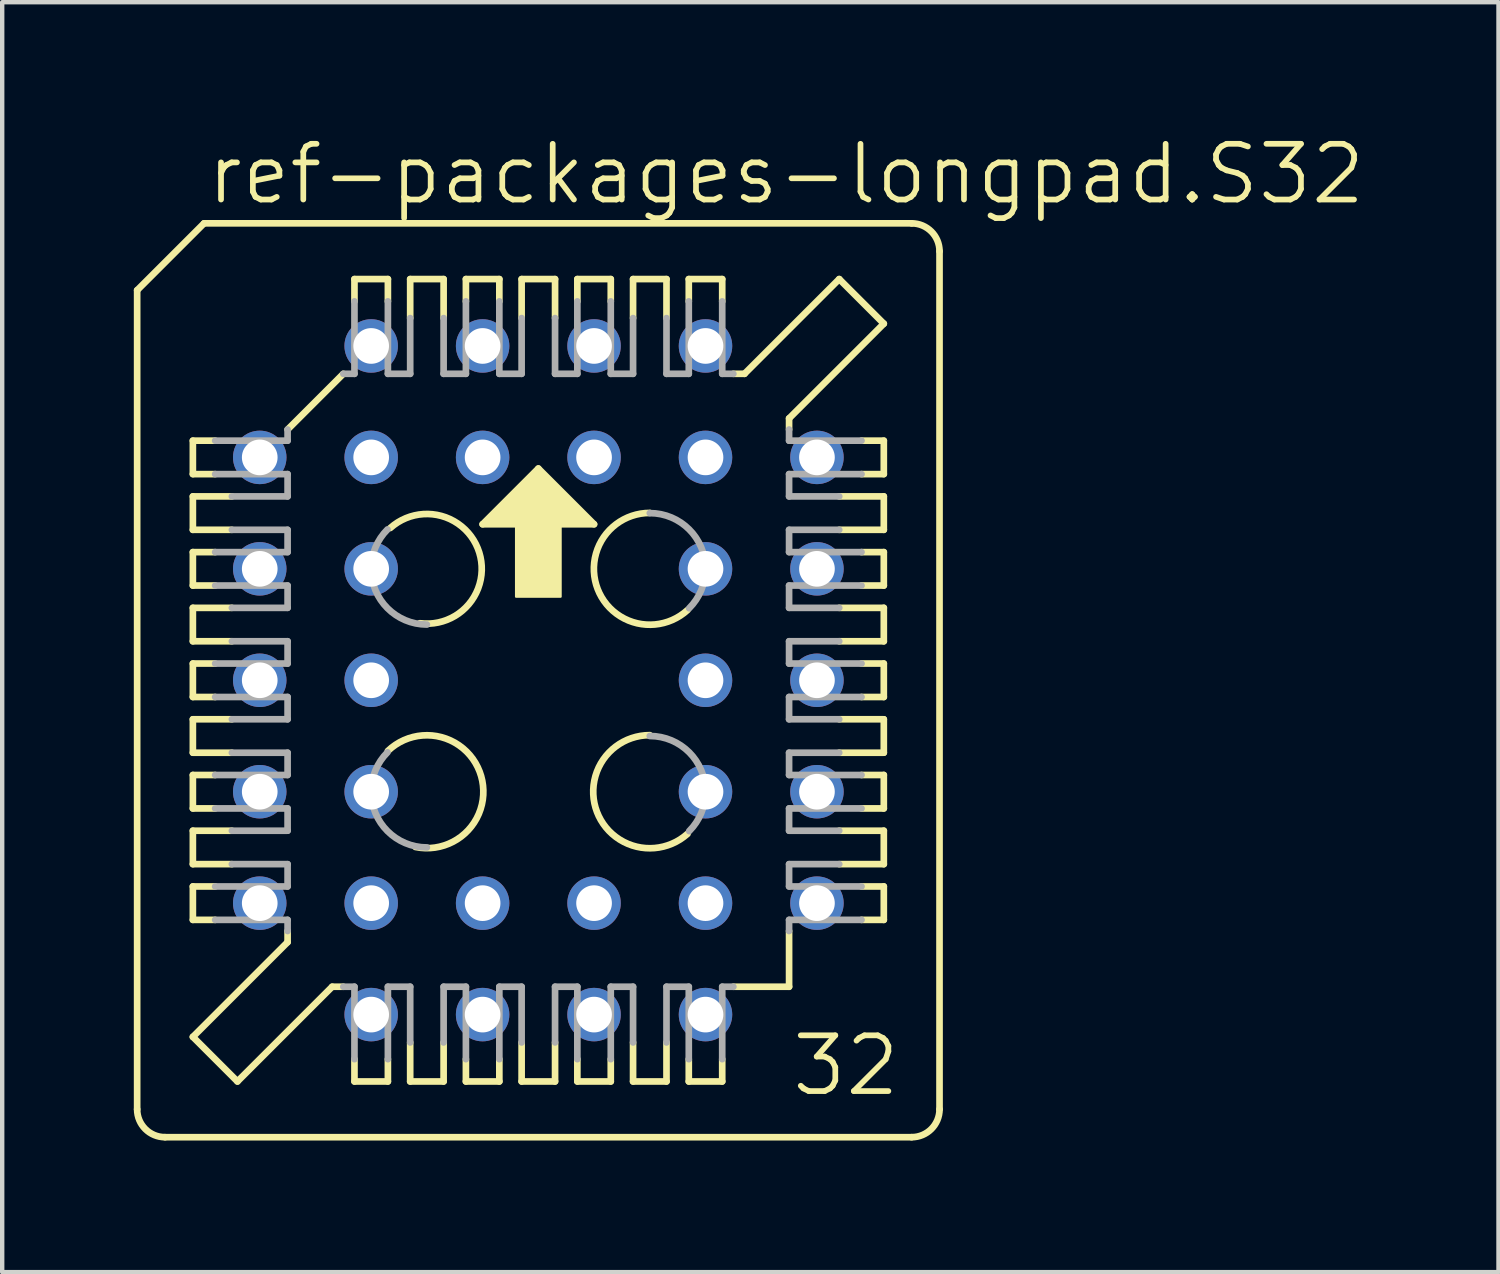
<source format=kicad_pcb>
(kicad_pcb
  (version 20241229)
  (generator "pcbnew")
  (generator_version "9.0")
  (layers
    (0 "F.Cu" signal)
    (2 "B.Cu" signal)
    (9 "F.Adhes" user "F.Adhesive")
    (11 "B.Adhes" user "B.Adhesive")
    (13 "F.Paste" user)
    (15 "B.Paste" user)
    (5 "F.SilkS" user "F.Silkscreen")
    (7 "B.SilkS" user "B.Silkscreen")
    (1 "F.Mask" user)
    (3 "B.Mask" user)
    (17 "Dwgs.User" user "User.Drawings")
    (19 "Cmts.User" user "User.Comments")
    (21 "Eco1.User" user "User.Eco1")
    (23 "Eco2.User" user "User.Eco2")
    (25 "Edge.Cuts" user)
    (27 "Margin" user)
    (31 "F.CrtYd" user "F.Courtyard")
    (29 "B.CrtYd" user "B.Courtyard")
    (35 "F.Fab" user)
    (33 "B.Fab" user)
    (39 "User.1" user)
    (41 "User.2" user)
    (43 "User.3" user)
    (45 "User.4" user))
  (footprint "ref-packages-longpad.S32"
    (layer "F.Cu")
    (at 9.22 12.455)
    (property "Reference" "ref-packages-longpad.S32" (at -7.62 -10.795 0) (layer "F.SilkS") (effects (font (size 1.27 1.27) (thickness 0.13)) (justify left bottom)))
    (attr through_hole)
    (fp_line (start -9.144 -8.89) (end -9.144 9.779) (stroke (width 0.152) (type default)) (layer "F.SilkS"))
    (fp_line (start -7.874 -5.461) (end -7.366 -5.461) (stroke (width 0.152) (type default)) (layer "F.SilkS"))
    (fp_line (start -7.874 -4.699) (end -7.874 -5.461) (stroke (width 0.152) (type default)) (layer "F.SilkS"))
    (fp_line (start -7.874 -4.191) (end -6.985 -4.191) (stroke (width 0.152) (type default)) (layer "F.SilkS"))
    (fp_line (start -7.874 -3.429) (end -7.874 -4.191) (stroke (width 0.152) (type default)) (layer "F.SilkS"))
    (fp_line (start -7.874 -2.921) (end -7.366 -2.921) (stroke (width 0.152) (type default)) (layer "F.SilkS"))
    (fp_line (start -7.874 -2.159) (end -7.874 -2.921) (stroke (width 0.152) (type default)) (layer "F.SilkS"))
    (fp_line (start -7.874 -1.651) (end -6.985 -1.651) (stroke (width 0.152) (type default)) (layer "F.SilkS"))
    (fp_line (start -7.874 -0.889) (end -7.874 -1.651) (stroke (width 0.152) (type default)) (layer "F.SilkS"))
    (fp_line (start -7.874 -0.381) (end -7.366 -0.381) (stroke (width 0.152) (type default)) (layer "F.SilkS"))
    (fp_line (start -7.874 0.381) (end -7.874 -0.381) (stroke (width 0.152) (type default)) (layer "F.SilkS"))
    (fp_line (start -7.874 0.889) (end -6.985 0.889) (stroke (width 0.152) (type default)) (layer "F.SilkS"))
    (fp_line (start -7.874 1.651) (end -7.874 0.889) (stroke (width 0.152) (type default)) (layer "F.SilkS"))
    (fp_line (start -7.874 2.159) (end -7.366 2.159) (stroke (width 0.152) (type default)) (layer "F.SilkS"))
    (fp_line (start -7.874 2.921) (end -7.874 2.159) (stroke (width 0.152) (type default)) (layer "F.SilkS"))
    (fp_line (start -7.874 3.429) (end -6.985 3.429) (stroke (width 0.152) (type default)) (layer "F.SilkS"))
    (fp_line (start -7.874 4.191) (end -7.874 3.429) (stroke (width 0.152) (type default)) (layer "F.SilkS"))
    (fp_line (start -7.874 4.699) (end -7.366 4.699) (stroke (width 0.152) (type default)) (layer "F.SilkS"))
    (fp_line (start -7.874 5.461) (end -7.874 4.699) (stroke (width 0.152) (type default)) (layer "F.SilkS"))
    (fp_line (start -7.874 8.128) (end -5.715 5.969) (stroke (width 0.152) (type default)) (layer "F.SilkS"))
    (fp_line (start -7.62 -10.414) (end -9.144 -8.89) (stroke (width 0.152) (type default)) (layer "F.SilkS"))
    (fp_line (start -7.366 -4.699) (end -7.874 -4.699) (stroke (width 0.152) (type default)) (layer "F.SilkS"))
    (fp_line (start -7.366 -2.159) (end -7.874 -2.159) (stroke (width 0.152) (type default)) (layer "F.SilkS"))
    (fp_line (start -7.366 0.381) (end -7.874 0.381) (stroke (width 0.152) (type default)) (layer "F.SilkS"))
    (fp_line (start -7.366 2.921) (end -7.874 2.921) (stroke (width 0.152) (type default)) (layer "F.SilkS"))
    (fp_line (start -7.366 5.461) (end -7.874 5.461) (stroke (width 0.152) (type default)) (layer "F.SilkS"))
    (fp_line (start -6.985 -3.429) (end -7.874 -3.429) (stroke (width 0.152) (type default)) (layer "F.SilkS"))
    (fp_line (start -6.985 -0.889) (end -7.874 -0.889) (stroke (width 0.152) (type default)) (layer "F.SilkS"))
    (fp_line (start -6.985 1.651) (end -7.874 1.651) (stroke (width 0.152) (type default)) (layer "F.SilkS"))
    (fp_line (start -6.985 4.191) (end -7.874 4.191) (stroke (width 0.152) (type default)) (layer "F.SilkS"))
    (fp_line (start -6.858 9.144) (end -7.874 8.128) (stroke (width 0.152) (type default)) (layer "F.SilkS"))
    (fp_line (start -6.858 9.144) (end -4.699 6.985) (stroke (width 0.152) (type default)) (layer "F.SilkS"))
    (fp_line (start -5.715 -5.715) (end -4.445 -6.985) (stroke (width 0.152) (type default)) (layer "F.SilkS"))
    (fp_line (start -5.715 5.969) (end -5.715 5.715) (stroke (width 0.152) (type default)) (layer "F.SilkS"))
    (fp_line (start -4.699 6.985) (end -4.445 6.985) (stroke (width 0.152) (type default)) (layer "F.SilkS"))
    (fp_line (start -4.191 -9.144) (end -4.191 -8.636) (stroke (width 0.152) (type default)) (layer "F.SilkS"))
    (fp_line (start -4.191 8.636) (end -4.191 9.144) (stroke (width 0.152) (type default)) (layer "F.SilkS"))
    (fp_line (start -4.191 9.144) (end -3.429 9.144) (stroke (width 0.152) (type default)) (layer "F.SilkS"))
    (fp_line (start -3.429 -9.144) (end -4.191 -9.144) (stroke (width 0.152) (type default)) (layer "F.SilkS"))
    (fp_line (start -3.429 -8.636) (end -3.429 -9.144) (stroke (width 0.152) (type default)) (layer "F.SilkS"))
    (fp_line (start -3.429 9.144) (end -3.429 8.636) (stroke (width 0.152) (type default)) (layer "F.SilkS"))
    (fp_line (start -2.921 -9.144) (end -2.921 -8.255) (stroke (width 0.152) (type default)) (layer "F.SilkS"))
    (fp_line (start -2.921 8.255) (end -2.921 9.144) (stroke (width 0.152) (type default)) (layer "F.SilkS"))
    (fp_line (start -2.921 9.144) (end -2.159 9.144) (stroke (width 0.152) (type default)) (layer "F.SilkS"))
    (fp_line (start -2.159 -9.144) (end -2.921 -9.144) (stroke (width 0.152) (type default)) (layer "F.SilkS"))
    (fp_line (start -2.159 -8.255) (end -2.159 -9.144) (stroke (width 0.152) (type default)) (layer "F.SilkS"))
    (fp_line (start -2.159 9.144) (end -2.159 8.255) (stroke (width 0.152) (type default)) (layer "F.SilkS"))
    (fp_line (start -1.651 -9.144) (end -1.651 -8.636) (stroke (width 0.152) (type default)) (layer "F.SilkS"))
    (fp_line (start -1.651 8.636) (end -1.651 9.144) (stroke (width 0.152) (type default)) (layer "F.SilkS"))
    (fp_line (start -1.651 9.144) (end -0.889 9.144) (stroke (width 0.152) (type default)) (layer "F.SilkS"))
    (fp_line (start -1.27 -3.556) (end 1.27 -3.556) (stroke (width 0.152) (type default)) (layer "F.SilkS"))
    (fp_line (start -0.889 -9.144) (end -1.651 -9.144) (stroke (width 0.152) (type default)) (layer "F.SilkS"))
    (fp_line (start -0.889 -8.636) (end -0.889 -9.144) (stroke (width 0.152) (type default)) (layer "F.SilkS"))
    (fp_line (start -0.889 9.144) (end -0.889 8.636) (stroke (width 0.152) (type default)) (layer "F.SilkS"))
    (fp_line (start -0.381 -9.144) (end -0.381 -8.255) (stroke (width 0.152) (type default)) (layer "F.SilkS"))
    (fp_line (start -0.381 8.255) (end -0.381 9.144) (stroke (width 0.152) (type default)) (layer "F.SilkS"))
    (fp_line (start -0.381 9.144) (end 0.381 9.144) (stroke (width 0.152) (type default)) (layer "F.SilkS"))
    (fp_line (start 0 -4.826) (end -1.27 -3.556) (stroke (width 0.152) (type default)) (layer "F.SilkS"))
    (fp_line (start 0.381 -9.144) (end -0.381 -9.144) (stroke (width 0.152) (type default)) (layer "F.SilkS"))
    (fp_line (start 0.381 -8.255) (end 0.381 -9.144) (stroke (width 0.152) (type default)) (layer "F.SilkS"))
    (fp_line (start 0.381 9.144) (end 0.381 8.255) (stroke (width 0.152) (type default)) (layer "F.SilkS"))
    (fp_line (start 0.889 -9.144) (end 0.889 -8.636) (stroke (width 0.152) (type default)) (layer "F.SilkS"))
    (fp_line (start 0.889 8.636) (end 0.889 9.144) (stroke (width 0.152) (type default)) (layer "F.SilkS"))
    (fp_line (start 0.889 9.144) (end 1.651 9.144) (stroke (width 0.152) (type default)) (layer "F.SilkS"))
    (fp_line (start 1.27 -3.556) (end 0 -4.826) (stroke (width 0.152) (type default)) (layer "F.SilkS"))
    (fp_line (start 1.651 -9.144) (end 0.889 -9.144) (stroke (width 0.152) (type default)) (layer "F.SilkS"))
    (fp_line (start 1.651 -8.636) (end 1.651 -9.144) (stroke (width 0.152) (type default)) (layer "F.SilkS"))
    (fp_line (start 1.651 9.144) (end 1.651 8.636) (stroke (width 0.152) (type default)) (layer "F.SilkS"))
    (fp_line (start 2.159 -9.144) (end 2.159 -8.255) (stroke (width 0.152) (type default)) (layer "F.SilkS"))
    (fp_line (start 2.159 8.255) (end 2.159 9.144) (stroke (width 0.152) (type default)) (layer "F.SilkS"))
    (fp_line (start 2.159 9.144) (end 2.921 9.144) (stroke (width 0.152) (type default)) (layer "F.SilkS"))
    (fp_line (start 2.921 -9.144) (end 2.159 -9.144) (stroke (width 0.152) (type default)) (layer "F.SilkS"))
    (fp_line (start 2.921 -8.255) (end 2.921 -9.144) (stroke (width 0.152) (type default)) (layer "F.SilkS"))
    (fp_line (start 2.921 9.144) (end 2.921 8.255) (stroke (width 0.152) (type default)) (layer "F.SilkS"))
    (fp_line (start 3.429 -9.144) (end 3.429 -8.636) (stroke (width 0.152) (type default)) (layer "F.SilkS"))
    (fp_line (start 3.429 8.636) (end 3.429 9.144) (stroke (width 0.152) (type default)) (layer "F.SilkS"))
    (fp_line (start 3.429 9.144) (end 4.191 9.144) (stroke (width 0.152) (type default)) (layer "F.SilkS"))
    (fp_line (start 4.191 -9.144) (end 3.429 -9.144) (stroke (width 0.152) (type default)) (layer "F.SilkS"))
    (fp_line (start 4.191 -8.636) (end 4.191 -9.144) (stroke (width 0.152) (type default)) (layer "F.SilkS"))
    (fp_line (start 4.191 9.144) (end 4.191 8.636) (stroke (width 0.152) (type default)) (layer "F.SilkS"))
    (fp_line (start 4.445 6.985) (end 5.715 6.985) (stroke (width 0.152) (type default)) (layer "F.SilkS"))
    (fp_line (start 4.699 -6.985) (end 4.445 -6.985) (stroke (width 0.152) (type default)) (layer "F.SilkS"))
    (fp_line (start 5.715 -5.969) (end 5.715 -5.715) (stroke (width 0.152) (type default)) (layer "F.SilkS"))
    (fp_line (start 5.715 5.715) (end 5.715 6.985) (stroke (width 0.152) (type default)) (layer "F.SilkS"))
    (fp_line (start 6.858 -9.144) (end 4.699 -6.985) (stroke (width 0.152) (type default)) (layer "F.SilkS"))
    (fp_line (start 6.858 -4.191) (end 7.874 -4.191) (stroke (width 0.152) (type default)) (layer "F.SilkS"))
    (fp_line (start 6.858 -1.651) (end 7.874 -1.651) (stroke (width 0.152) (type default)) (layer "F.SilkS"))
    (fp_line (start 6.858 0.889) (end 7.874 0.889) (stroke (width 0.152) (type default)) (layer "F.SilkS"))
    (fp_line (start 6.858 3.429) (end 7.874 3.429) (stroke (width 0.152) (type default)) (layer "F.SilkS"))
    (fp_line (start 7.366 -5.461) (end 7.874 -5.461) (stroke (width 0.152) (type default)) (layer "F.SilkS"))
    (fp_line (start 7.366 -2.921) (end 7.874 -2.921) (stroke (width 0.152) (type default)) (layer "F.SilkS"))
    (fp_line (start 7.366 -0.381) (end 7.874 -0.381) (stroke (width 0.152) (type default)) (layer "F.SilkS"))
    (fp_line (start 7.366 2.159) (end 7.874 2.159) (stroke (width 0.152) (type default)) (layer "F.SilkS"))
    (fp_line (start 7.366 4.699) (end 7.874 4.699) (stroke (width 0.152) (type default)) (layer "F.SilkS"))
    (fp_line (start 7.874 -8.128) (end 5.715 -5.969) (stroke (width 0.152) (type default)) (layer "F.SilkS"))
    (fp_line (start 7.874 -8.128) (end 6.858 -9.144) (stroke (width 0.152) (type default)) (layer "F.SilkS"))
    (fp_line (start 7.874 -5.461) (end 7.874 -4.699) (stroke (width 0.152) (type default)) (layer "F.SilkS"))
    (fp_line (start 7.874 -4.699) (end 7.366 -4.699) (stroke (width 0.152) (type default)) (layer "F.SilkS"))
    (fp_line (start 7.874 -4.191) (end 7.874 -3.429) (stroke (width 0.152) (type default)) (layer "F.SilkS"))
    (fp_line (start 7.874 -3.429) (end 6.858 -3.429) (stroke (width 0.152) (type default)) (layer "F.SilkS"))
    (fp_line (start 7.874 -2.921) (end 7.874 -2.159) (stroke (width 0.152) (type default)) (layer "F.SilkS"))
    (fp_line (start 7.874 -2.159) (end 7.366 -2.159) (stroke (width 0.152) (type default)) (layer "F.SilkS"))
    (fp_line (start 7.874 -1.651) (end 7.874 -0.889) (stroke (width 0.152) (type default)) (layer "F.SilkS"))
    (fp_line (start 7.874 -0.889) (end 6.858 -0.889) (stroke (width 0.152) (type default)) (layer "F.SilkS"))
    (fp_line (start 7.874 -0.381) (end 7.874 0.381) (stroke (width 0.152) (type default)) (layer "F.SilkS"))
    (fp_line (start 7.874 0.381) (end 7.366 0.381) (stroke (width 0.152) (type default)) (layer "F.SilkS"))
    (fp_line (start 7.874 0.889) (end 7.874 1.651) (stroke (width 0.152) (type default)) (layer "F.SilkS"))
    (fp_line (start 7.874 1.651) (end 6.858 1.651) (stroke (width 0.152) (type default)) (layer "F.SilkS"))
    (fp_line (start 7.874 2.159) (end 7.874 2.921) (stroke (width 0.152) (type default)) (layer "F.SilkS"))
    (fp_line (start 7.874 2.921) (end 7.366 2.921) (stroke (width 0.152) (type default)) (layer "F.SilkS"))
    (fp_line (start 7.874 3.429) (end 7.874 4.191) (stroke (width 0.152) (type default)) (layer "F.SilkS"))
    (fp_line (start 7.874 4.191) (end 6.858 4.191) (stroke (width 0.152) (type default)) (layer "F.SilkS"))
    (fp_line (start 7.874 4.699) (end 7.874 5.461) (stroke (width 0.152) (type default)) (layer "F.SilkS"))
    (fp_line (start 7.874 5.461) (end 7.366 5.461) (stroke (width 0.152) (type default)) (layer "F.SilkS"))
    (fp_line (start 8.509 -10.414) (end -7.62 -10.414) (stroke (width 0.152) (type default)) (layer "F.SilkS"))
    (fp_line (start 8.509 10.414) (end -8.509 10.414) (stroke (width 0.152) (type default)) (layer "F.SilkS"))
    (fp_line (start 9.144 9.779) (end 9.144 -9.779) (stroke (width 0.152) (type default)) (layer "F.SilkS"))
    (fp_rect (start -1.143 -3.556) (end -0.889 -3.683) (stroke (width 0.05) (type default)) (fill yes) (layer "F.SilkS"))
    (fp_rect (start -1.016 -3.683) (end -0.889 -3.81) (stroke (width 0.05) (type default)) (fill yes) (layer "F.SilkS"))
    (fp_rect (start -0.889 -3.556) (end 0.889 -3.937) (stroke (width 0.05) (type default)) (fill yes) (layer "F.SilkS"))
    (fp_rect (start -0.762 -3.937) (end -0.635 -4.064) (stroke (width 0.05) (type default)) (fill yes) (layer "F.SilkS"))
    (fp_rect (start -0.635 -3.937) (end 0.635 -4.191) (stroke (width 0.05) (type default)) (fill yes) (layer "F.SilkS"))
    (fp_rect (start -0.508 -4.191) (end -0.381 -4.318) (stroke (width 0.05) (type default)) (fill yes) (layer "F.SilkS"))
    (fp_rect (start -0.508 -1.905) (end 0.508 -3.81) (stroke (width 0.05) (type default)) (fill yes) (layer "F.SilkS"))
    (fp_rect (start -0.381 -4.191) (end 0.381 -4.445) (stroke (width 0.05) (type default)) (fill yes) (layer "F.SilkS"))
    (fp_rect (start -0.254 -4.445) (end -0.127 -4.572) (stroke (width 0.05) (type default)) (fill yes) (layer "F.SilkS"))
    (fp_rect (start -0.127 -4.445) (end 0.127 -4.699) (stroke (width 0.05) (type default)) (fill yes) (layer "F.SilkS"))
    (fp_rect (start 0.127 -4.445) (end 0.254 -4.572) (stroke (width 0.05) (type default)) (fill yes) (layer "F.SilkS"))
    (fp_rect (start 0.381 -4.191) (end 0.508 -4.318) (stroke (width 0.05) (type default)) (fill yes) (layer "F.SilkS"))
    (fp_rect (start 0.635 -3.937) (end 0.762 -4.064) (stroke (width 0.05) (type default)) (fill yes) (layer "F.SilkS"))
    (fp_rect (start 0.889 -3.683) (end 1.016 -3.81) (stroke (width 0.05) (type default)) (fill yes) (layer "F.SilkS"))
    (fp_rect (start 0.889 -3.556) (end 1.143 -3.683) (stroke (width 0.05) (type default)) (fill yes) (layer "F.SilkS"))
    (fp_arc (start -8.509 10.414) (mid -8.958013 10.228013) (end -9.144 9.779) (stroke (width 0.1524) (type default)) (layer "F.SilkS"))
    (fp_arc (start -3.429828 1.610854) (mid -1.303628 2.184311) (end -2.8 3.8) (stroke (width 0.1524) (type default)) (layer "F.SilkS"))
    (fp_arc (start -3.374022 -3.470994) (mid -1.346131 -2.91046) (end -2.7 -1.300001) (stroke (width 0.1524) (type default)) (layer "F.SilkS"))
    (fp_arc (start 3.4 -1.6) (mid 1.35238 -2.078722) (end 2.54 -3.814083) (stroke (width 0.1524) (type default)) (layer "F.SilkS"))
    (fp_arc (start 3.4 3.5) (mid 1.335993 3.000171) (end 2.54 1.250793) (stroke (width 0.1524) (type default)) (layer "F.SilkS"))
    (fp_arc (start 8.509 -10.414) (mid 8.958013 -10.228013) (end 9.144 -9.779) (stroke (width 0.1524) (type default)) (layer "F.SilkS"))
    (fp_arc (start 9.144 9.779) (mid 8.958013 10.228013) (end 8.509 10.414) (stroke (width 0.1524) (type default)) (layer "F.SilkS"))
    (fp_line (start -7.366 -4.699) (end -5.715 -4.699) (stroke (width 0.152) (type default)) (layer "F.Fab"))
    (fp_line (start -7.366 -2.159) (end -5.715 -2.159) (stroke (width 0.152) (type default)) (layer "F.Fab"))
    (fp_line (start -7.366 0.381) (end -5.715 0.381) (stroke (width 0.152) (type default)) (layer "F.Fab"))
    (fp_line (start -7.366 2.921) (end -5.715 2.921) (stroke (width 0.152) (type default)) (layer "F.Fab"))
    (fp_line (start -7.366 5.461) (end -5.715 5.461) (stroke (width 0.152) (type default)) (layer "F.Fab"))
    (fp_line (start -6.985 -3.429) (end -5.715 -3.429) (stroke (width 0.152) (type default)) (layer "F.Fab"))
    (fp_line (start -6.985 -0.889) (end -5.715 -0.889) (stroke (width 0.152) (type default)) (layer "F.Fab"))
    (fp_line (start -6.985 1.651) (end -5.715 1.651) (stroke (width 0.152) (type default)) (layer "F.Fab"))
    (fp_line (start -6.985 4.191) (end -5.715 4.191) (stroke (width 0.152) (type default)) (layer "F.Fab"))
    (fp_line (start -5.715 -5.461) (end -7.366 -5.461) (stroke (width 0.152) (type default)) (layer "F.Fab"))
    (fp_line (start -5.715 -5.461) (end -5.715 -5.715) (stroke (width 0.152) (type default)) (layer "F.Fab"))
    (fp_line (start -5.715 -4.191) (end -6.985 -4.191) (stroke (width 0.152) (type default)) (layer "F.Fab"))
    (fp_line (start -5.715 -4.191) (end -5.715 -4.699) (stroke (width 0.152) (type default)) (layer "F.Fab"))
    (fp_line (start -5.715 -2.921) (end -7.366 -2.921) (stroke (width 0.152) (type default)) (layer "F.Fab"))
    (fp_line (start -5.715 -2.921) (end -5.715 -3.429) (stroke (width 0.152) (type default)) (layer "F.Fab"))
    (fp_line (start -5.715 -1.651) (end -6.985 -1.651) (stroke (width 0.152) (type default)) (layer "F.Fab"))
    (fp_line (start -5.715 -1.651) (end -5.715 -2.159) (stroke (width 0.152) (type default)) (layer "F.Fab"))
    (fp_line (start -5.715 -0.381) (end -7.366 -0.381) (stroke (width 0.152) (type default)) (layer "F.Fab"))
    (fp_line (start -5.715 -0.381) (end -5.715 -0.889) (stroke (width 0.152) (type default)) (layer "F.Fab"))
    (fp_line (start -5.715 0.889) (end -6.985 0.889) (stroke (width 0.152) (type default)) (layer "F.Fab"))
    (fp_line (start -5.715 0.889) (end -5.715 0.381) (stroke (width 0.152) (type default)) (layer "F.Fab"))
    (fp_line (start -5.715 2.159) (end -7.366 2.159) (stroke (width 0.152) (type default)) (layer "F.Fab"))
    (fp_line (start -5.715 2.159) (end -5.715 1.651) (stroke (width 0.152) (type default)) (layer "F.Fab"))
    (fp_line (start -5.715 3.429) (end -6.985 3.429) (stroke (width 0.152) (type default)) (layer "F.Fab"))
    (fp_line (start -5.715 3.429) (end -5.715 2.921) (stroke (width 0.152) (type default)) (layer "F.Fab"))
    (fp_line (start -5.715 4.699) (end -7.366 4.699) (stroke (width 0.152) (type default)) (layer "F.Fab"))
    (fp_line (start -5.715 4.699) (end -5.715 4.191) (stroke (width 0.152) (type default)) (layer "F.Fab"))
    (fp_line (start -5.715 5.715) (end -5.715 5.461) (stroke (width 0.152) (type default)) (layer "F.Fab"))
    (fp_line (start -4.191 -6.985) (end -4.445 -6.985) (stroke (width 0.152) (type default)) (layer "F.Fab"))
    (fp_line (start -4.191 -6.985) (end -4.191 -8.636) (stroke (width 0.152) (type default)) (layer "F.Fab"))
    (fp_line (start -4.191 6.985) (end -4.445 6.985) (stroke (width 0.152) (type default)) (layer "F.Fab"))
    (fp_line (start -4.191 8.636) (end -4.191 6.985) (stroke (width 0.152) (type default)) (layer "F.Fab"))
    (fp_line (start -3.429 -8.636) (end -3.429 -6.985) (stroke (width 0.152) (type default)) (layer "F.Fab"))
    (fp_line (start -3.429 6.985) (end -3.429 8.636) (stroke (width 0.152) (type default)) (layer "F.Fab"))
    (fp_line (start -3.429 6.985) (end -2.921 6.985) (stroke (width 0.152) (type default)) (layer "F.Fab"))
    (fp_line (start -2.921 -6.985) (end -3.429 -6.985) (stroke (width 0.152) (type default)) (layer "F.Fab"))
    (fp_line (start -2.921 -6.985) (end -2.921 -8.255) (stroke (width 0.152) (type default)) (layer "F.Fab"))
    (fp_line (start -2.921 8.255) (end -2.921 6.985) (stroke (width 0.152) (type default)) (layer "F.Fab"))
    (fp_line (start -2.159 -8.255) (end -2.159 -6.985) (stroke (width 0.152) (type default)) (layer "F.Fab"))
    (fp_line (start -2.159 6.985) (end -2.159 8.255) (stroke (width 0.152) (type default)) (layer "F.Fab"))
    (fp_line (start -2.159 6.985) (end -1.651 6.985) (stroke (width 0.152) (type default)) (layer "F.Fab"))
    (fp_line (start -1.651 -6.985) (end -2.159 -6.985) (stroke (width 0.152) (type default)) (layer "F.Fab"))
    (fp_line (start -1.651 -6.985) (end -1.651 -8.636) (stroke (width 0.152) (type default)) (layer "F.Fab"))
    (fp_line (start -1.651 8.636) (end -1.651 6.985) (stroke (width 0.152) (type default)) (layer "F.Fab"))
    (fp_line (start -0.889 -8.636) (end -0.889 -6.985) (stroke (width 0.152) (type default)) (layer "F.Fab"))
    (fp_line (start -0.889 6.985) (end -0.889 8.636) (stroke (width 0.152) (type default)) (layer "F.Fab"))
    (fp_line (start -0.889 6.985) (end -0.381 6.985) (stroke (width 0.152) (type default)) (layer "F.Fab"))
    (fp_line (start -0.381 -6.985) (end -0.889 -6.985) (stroke (width 0.152) (type default)) (layer "F.Fab"))
    (fp_line (start -0.381 -6.985) (end -0.381 -8.255) (stroke (width 0.152) (type default)) (layer "F.Fab"))
    (fp_line (start -0.381 8.255) (end -0.381 6.985) (stroke (width 0.152) (type default)) (layer "F.Fab"))
    (fp_line (start 0.381 -8.255) (end 0.381 -6.985) (stroke (width 0.152) (type default)) (layer "F.Fab"))
    (fp_line (start 0.381 6.985) (end 0.381 8.255) (stroke (width 0.152) (type default)) (layer "F.Fab"))
    (fp_line (start 0.381 6.985) (end 0.889 6.985) (stroke (width 0.152) (type default)) (layer "F.Fab"))
    (fp_line (start 0.889 -6.985) (end 0.381 -6.985) (stroke (width 0.152) (type default)) (layer "F.Fab"))
    (fp_line (start 0.889 -6.985) (end 0.889 -8.636) (stroke (width 0.152) (type default)) (layer "F.Fab"))
    (fp_line (start 0.889 8.636) (end 0.889 6.985) (stroke (width 0.152) (type default)) (layer "F.Fab"))
    (fp_line (start 1.651 -8.636) (end 1.651 -6.985) (stroke (width 0.152) (type default)) (layer "F.Fab"))
    (fp_line (start 1.651 6.985) (end 1.651 8.636) (stroke (width 0.152) (type default)) (layer "F.Fab"))
    (fp_line (start 1.651 6.985) (end 2.159 6.985) (stroke (width 0.152) (type default)) (layer "F.Fab"))
    (fp_line (start 2.159 -6.985) (end 1.651 -6.985) (stroke (width 0.152) (type default)) (layer "F.Fab"))
    (fp_line (start 2.159 -6.985) (end 2.159 -8.255) (stroke (width 0.152) (type default)) (layer "F.Fab"))
    (fp_line (start 2.159 8.255) (end 2.159 6.985) (stroke (width 0.152) (type default)) (layer "F.Fab"))
    (fp_line (start 2.921 -8.255) (end 2.921 -6.985) (stroke (width 0.152) (type default)) (layer "F.Fab"))
    (fp_line (start 2.921 6.985) (end 2.921 8.255) (stroke (width 0.152) (type default)) (layer "F.Fab"))
    (fp_line (start 2.921 6.985) (end 3.429 6.985) (stroke (width 0.152) (type default)) (layer "F.Fab"))
    (fp_line (start 3.429 -6.985) (end 2.921 -6.985) (stroke (width 0.152) (type default)) (layer "F.Fab"))
    (fp_line (start 3.429 -6.985) (end 3.429 -8.636) (stroke (width 0.152) (type default)) (layer "F.Fab"))
    (fp_line (start 3.429 8.636) (end 3.429 6.985) (stroke (width 0.152) (type default)) (layer "F.Fab"))
    (fp_line (start 4.191 -8.636) (end 4.191 -6.985) (stroke (width 0.152) (type default)) (layer "F.Fab"))
    (fp_line (start 4.191 -6.985) (end 4.445 -6.985) (stroke (width 0.152) (type default)) (layer "F.Fab"))
    (fp_line (start 4.191 6.985) (end 4.191 8.636) (stroke (width 0.152) (type default)) (layer "F.Fab"))
    (fp_line (start 4.445 6.985) (end 4.191 6.985) (stroke (width 0.152) (type default)) (layer "F.Fab"))
    (fp_line (start 5.715 -5.461) (end 5.715 -5.715) (stroke (width 0.152) (type default)) (layer "F.Fab"))
    (fp_line (start 5.715 -4.699) (end 5.715 -4.191) (stroke (width 0.152) (type default)) (layer "F.Fab"))
    (fp_line (start 5.715 -4.699) (end 7.366 -4.699) (stroke (width 0.152) (type default)) (layer "F.Fab"))
    (fp_line (start 5.715 -3.429) (end 5.715 -2.921) (stroke (width 0.152) (type default)) (layer "F.Fab"))
    (fp_line (start 5.715 -3.429) (end 6.858 -3.429) (stroke (width 0.152) (type default)) (layer "F.Fab"))
    (fp_line (start 5.715 -2.159) (end 5.715 -1.651) (stroke (width 0.152) (type default)) (layer "F.Fab"))
    (fp_line (start 5.715 -2.159) (end 7.366 -2.159) (stroke (width 0.152) (type default)) (layer "F.Fab"))
    (fp_line (start 5.715 -0.889) (end 5.715 -0.381) (stroke (width 0.152) (type default)) (layer "F.Fab"))
    (fp_line (start 5.715 -0.889) (end 6.858 -0.889) (stroke (width 0.152) (type default)) (layer "F.Fab"))
    (fp_line (start 5.715 0.381) (end 5.715 0.889) (stroke (width 0.152) (type default)) (layer "F.Fab"))
    (fp_line (start 5.715 0.381) (end 7.366 0.381) (stroke (width 0.152) (type default)) (layer "F.Fab"))
    (fp_line (start 5.715 1.651) (end 5.715 2.159) (stroke (width 0.152) (type default)) (layer "F.Fab"))
    (fp_line (start 5.715 1.651) (end 6.858 1.651) (stroke (width 0.152) (type default)) (layer "F.Fab"))
    (fp_line (start 5.715 2.921) (end 5.715 3.429) (stroke (width 0.152) (type default)) (layer "F.Fab"))
    (fp_line (start 5.715 2.921) (end 7.366 2.921) (stroke (width 0.152) (type default)) (layer "F.Fab"))
    (fp_line (start 5.715 4.191) (end 5.715 4.699) (stroke (width 0.152) (type default)) (layer "F.Fab"))
    (fp_line (start 5.715 4.191) (end 6.858 4.191) (stroke (width 0.152) (type default)) (layer "F.Fab"))
    (fp_line (start 5.715 5.461) (end 7.366 5.461) (stroke (width 0.152) (type default)) (layer "F.Fab"))
    (fp_line (start 5.715 5.715) (end 5.715 5.461) (stroke (width 0.152) (type default)) (layer "F.Fab"))
    (fp_line (start 6.858 -4.191) (end 5.715 -4.191) (stroke (width 0.152) (type default)) (layer "F.Fab"))
    (fp_line (start 6.858 -1.651) (end 5.715 -1.651) (stroke (width 0.152) (type default)) (layer "F.Fab"))
    (fp_line (start 6.858 0.889) (end 5.715 0.889) (stroke (width 0.152) (type default)) (layer "F.Fab"))
    (fp_line (start 6.858 3.429) (end 5.715 3.429) (stroke (width 0.152) (type default)) (layer "F.Fab"))
    (fp_line (start 7.366 -5.461) (end 5.715 -5.461) (stroke (width 0.152) (type default)) (layer "F.Fab"))
    (fp_line (start 7.366 -2.921) (end 5.715 -2.921) (stroke (width 0.152) (type default)) (layer "F.Fab"))
    (fp_line (start 7.366 -0.381) (end 5.715 -0.381) (stroke (width 0.152) (type default)) (layer "F.Fab"))
    (fp_line (start 7.366 2.159) (end 5.715 2.159) (stroke (width 0.152) (type default)) (layer "F.Fab"))
    (fp_line (start 7.366 4.699) (end 5.715 4.699) (stroke (width 0.152) (type default)) (layer "F.Fab"))
    (fp_arc (start -3.81 -2.54) (mid -3.71331 -3.025997) (end -3.438 -3.438) (stroke (width 0.1524) (type default)) (layer "F.Fab"))
    (fp_arc (start -3.81 2.54) (mid -3.71331 2.054003) (end -3.438 1.642) (stroke (width 0.1524) (type default)) (layer "F.Fab"))
    (fp_arc (start -2.54 -1.27) (mid -3.438026 -1.641974) (end -3.81 -2.54) (stroke (width 0.1524) (type default)) (layer "F.Fab"))
    (fp_arc (start -2.54 3.81) (mid -3.438026 3.438026) (end -3.81 2.54) (stroke (width 0.1524) (type default)) (layer "F.Fab"))
    (fp_arc (start 2.54 -3.81) (mid 3.438026 -3.438026) (end 3.81 -2.54) (stroke (width 0.1524) (type default)) (layer "F.Fab"))
    (fp_arc (start 2.54 1.27) (mid 3.438026 1.641974) (end 3.81 2.54) (stroke (width 0.1524) (type default)) (layer "F.Fab"))
    (fp_arc (start 3.81 -2.54) (mid 3.71331 -2.054003) (end 3.438 -1.642) (stroke (width 0.1524) (type default)) (layer "F.Fab"))
    (fp_arc (start 3.81 2.54) (mid 3.71331 3.025997) (end 3.438 3.438) (stroke (width 0.1524) (type default)) (layer "F.Fab"))
    (fp_text user "32" (at 5.715 9.525 0) (layer "F.SilkS") (effects (font (size 1.27 1.27) (thickness 0.13)) (justify left bottom)))
    (pad "1" thru_hole circle (at 1.27 -5.08) (size 1.219 1.219) (drill 0.813) (layers "*.Cu" "*.Mask"))
    (pad "2" thru_hole circle (at -1.27 -7.62) (size 1.219 1.219) (drill 0.813) (layers "*.Cu" "*.Mask"))
    (pad "3" thru_hole circle (at -1.27 -5.08) (size 1.219 1.219) (drill 0.813) (layers "*.Cu" "*.Mask"))
    (pad "4" thru_hole circle (at -3.81 -7.62) (size 1.219 1.219) (drill 0.813) (layers "*.Cu" "*.Mask"))
    (pad "5" thru_hole circle (at -6.35 -5.08) (size 1.219 1.219) (drill 0.813) (layers "*.Cu" "*.Mask"))
    (pad "6" thru_hole circle (at -3.81 -5.08) (size 1.219 1.219) (drill 0.813) (layers "*.Cu" "*.Mask"))
    (pad "7" thru_hole circle (at -6.35 -2.54) (size 1.219 1.219) (drill 0.813) (layers "*.Cu" "*.Mask"))
    (pad "8" thru_hole circle (at -3.81 -2.54) (size 1.219 1.219) (drill 0.813) (layers "*.Cu" "*.Mask"))
    (pad "9" thru_hole circle (at -6.35 0) (size 1.219 1.219) (drill 0.813) (layers "*.Cu" "*.Mask"))
    (pad "10" thru_hole circle (at -3.81 0) (size 1.219 1.219) (drill 0.813) (layers "*.Cu" "*.Mask"))
    (pad "11" thru_hole circle (at -6.35 2.54) (size 1.219 1.219) (drill 0.813) (layers "*.Cu" "*.Mask"))
    (pad "12" thru_hole circle (at -3.81 2.54) (size 1.219 1.219) (drill 0.813) (layers "*.Cu" "*.Mask"))
    (pad "13" thru_hole circle (at -6.35 5.08) (size 1.219 1.219) (drill 0.813) (layers "*.Cu" "*.Mask"))
    (pad "14" thru_hole circle (at -3.81 7.62) (size 1.219 1.219) (drill 0.813) (layers "*.Cu" "*.Mask"))
    (pad "15" thru_hole circle (at -3.81 5.08) (size 1.219 1.219) (drill 0.813) (layers "*.Cu" "*.Mask"))
    (pad "16" thru_hole circle (at -1.27 7.62) (size 1.219 1.219) (drill 0.813) (layers "*.Cu" "*.Mask"))
    (pad "17" thru_hole circle (at -1.27 5.08) (size 1.219 1.219) (drill 0.813) (layers "*.Cu" "*.Mask"))
    (pad "18" thru_hole circle (at 1.27 7.62) (size 1.219 1.219) (drill 0.813) (layers "*.Cu" "*.Mask"))
    (pad "19" thru_hole circle (at 1.27 5.08) (size 1.219 1.219) (drill 0.813) (layers "*.Cu" "*.Mask"))
    (pad "20" thru_hole circle (at 3.81 7.62) (size 1.219 1.219) (drill 0.813) (layers "*.Cu" "*.Mask"))
    (pad "21" thru_hole circle (at 6.35 5.08) (size 1.219 1.219) (drill 0.813) (layers "*.Cu" "*.Mask"))
    (pad "22" thru_hole circle (at 3.81 5.08) (size 1.219 1.219) (drill 0.813) (layers "*.Cu" "*.Mask"))
    (pad "23" thru_hole circle (at 6.35 2.54) (size 1.219 1.219) (drill 0.813) (layers "*.Cu" "*.Mask"))
    (pad "24" thru_hole circle (at 3.81 2.54) (size 1.219 1.219) (drill 0.813) (layers "*.Cu" "*.Mask"))
    (pad "25" thru_hole circle (at 6.35 0) (size 1.219 1.219) (drill 0.813) (layers "*.Cu" "*.Mask"))
    (pad "26" thru_hole circle (at 3.81 0) (size 1.219 1.219) (drill 0.813) (layers "*.Cu" "*.Mask"))
    (pad "27" thru_hole circle (at 6.35 -2.54) (size 1.219 1.219) (drill 0.813) (layers "*.Cu" "*.Mask"))
    (pad "28" thru_hole circle (at 3.81 -2.54) (size 1.219 1.219) (drill 0.813) (layers "*.Cu" "*.Mask"))
    (pad "29" thru_hole circle (at 6.35 -5.08) (size 1.219 1.219) (drill 0.813) (layers "*.Cu" "*.Mask"))
    (pad "30" thru_hole circle (at 3.81 -7.62) (size 1.219 1.219) (drill 0.813) (layers "*.Cu" "*.Mask"))
    (pad "31" thru_hole circle (at 3.81 -5.08) (size 1.219 1.219) (drill 0.813) (layers "*.Cu" "*.Mask"))
    (pad "32" thru_hole circle (at 1.27 -7.62) (size 1.219 1.219) (drill 0.813) (layers "*.Cu" "*.Mask")))
  (gr_rect
    (start -3 -3)
    (end 31.104 25.945)
    (stroke (width 0.1) (type default))
    (fill no)
    (layer "Edge.Cuts")))
</source>
